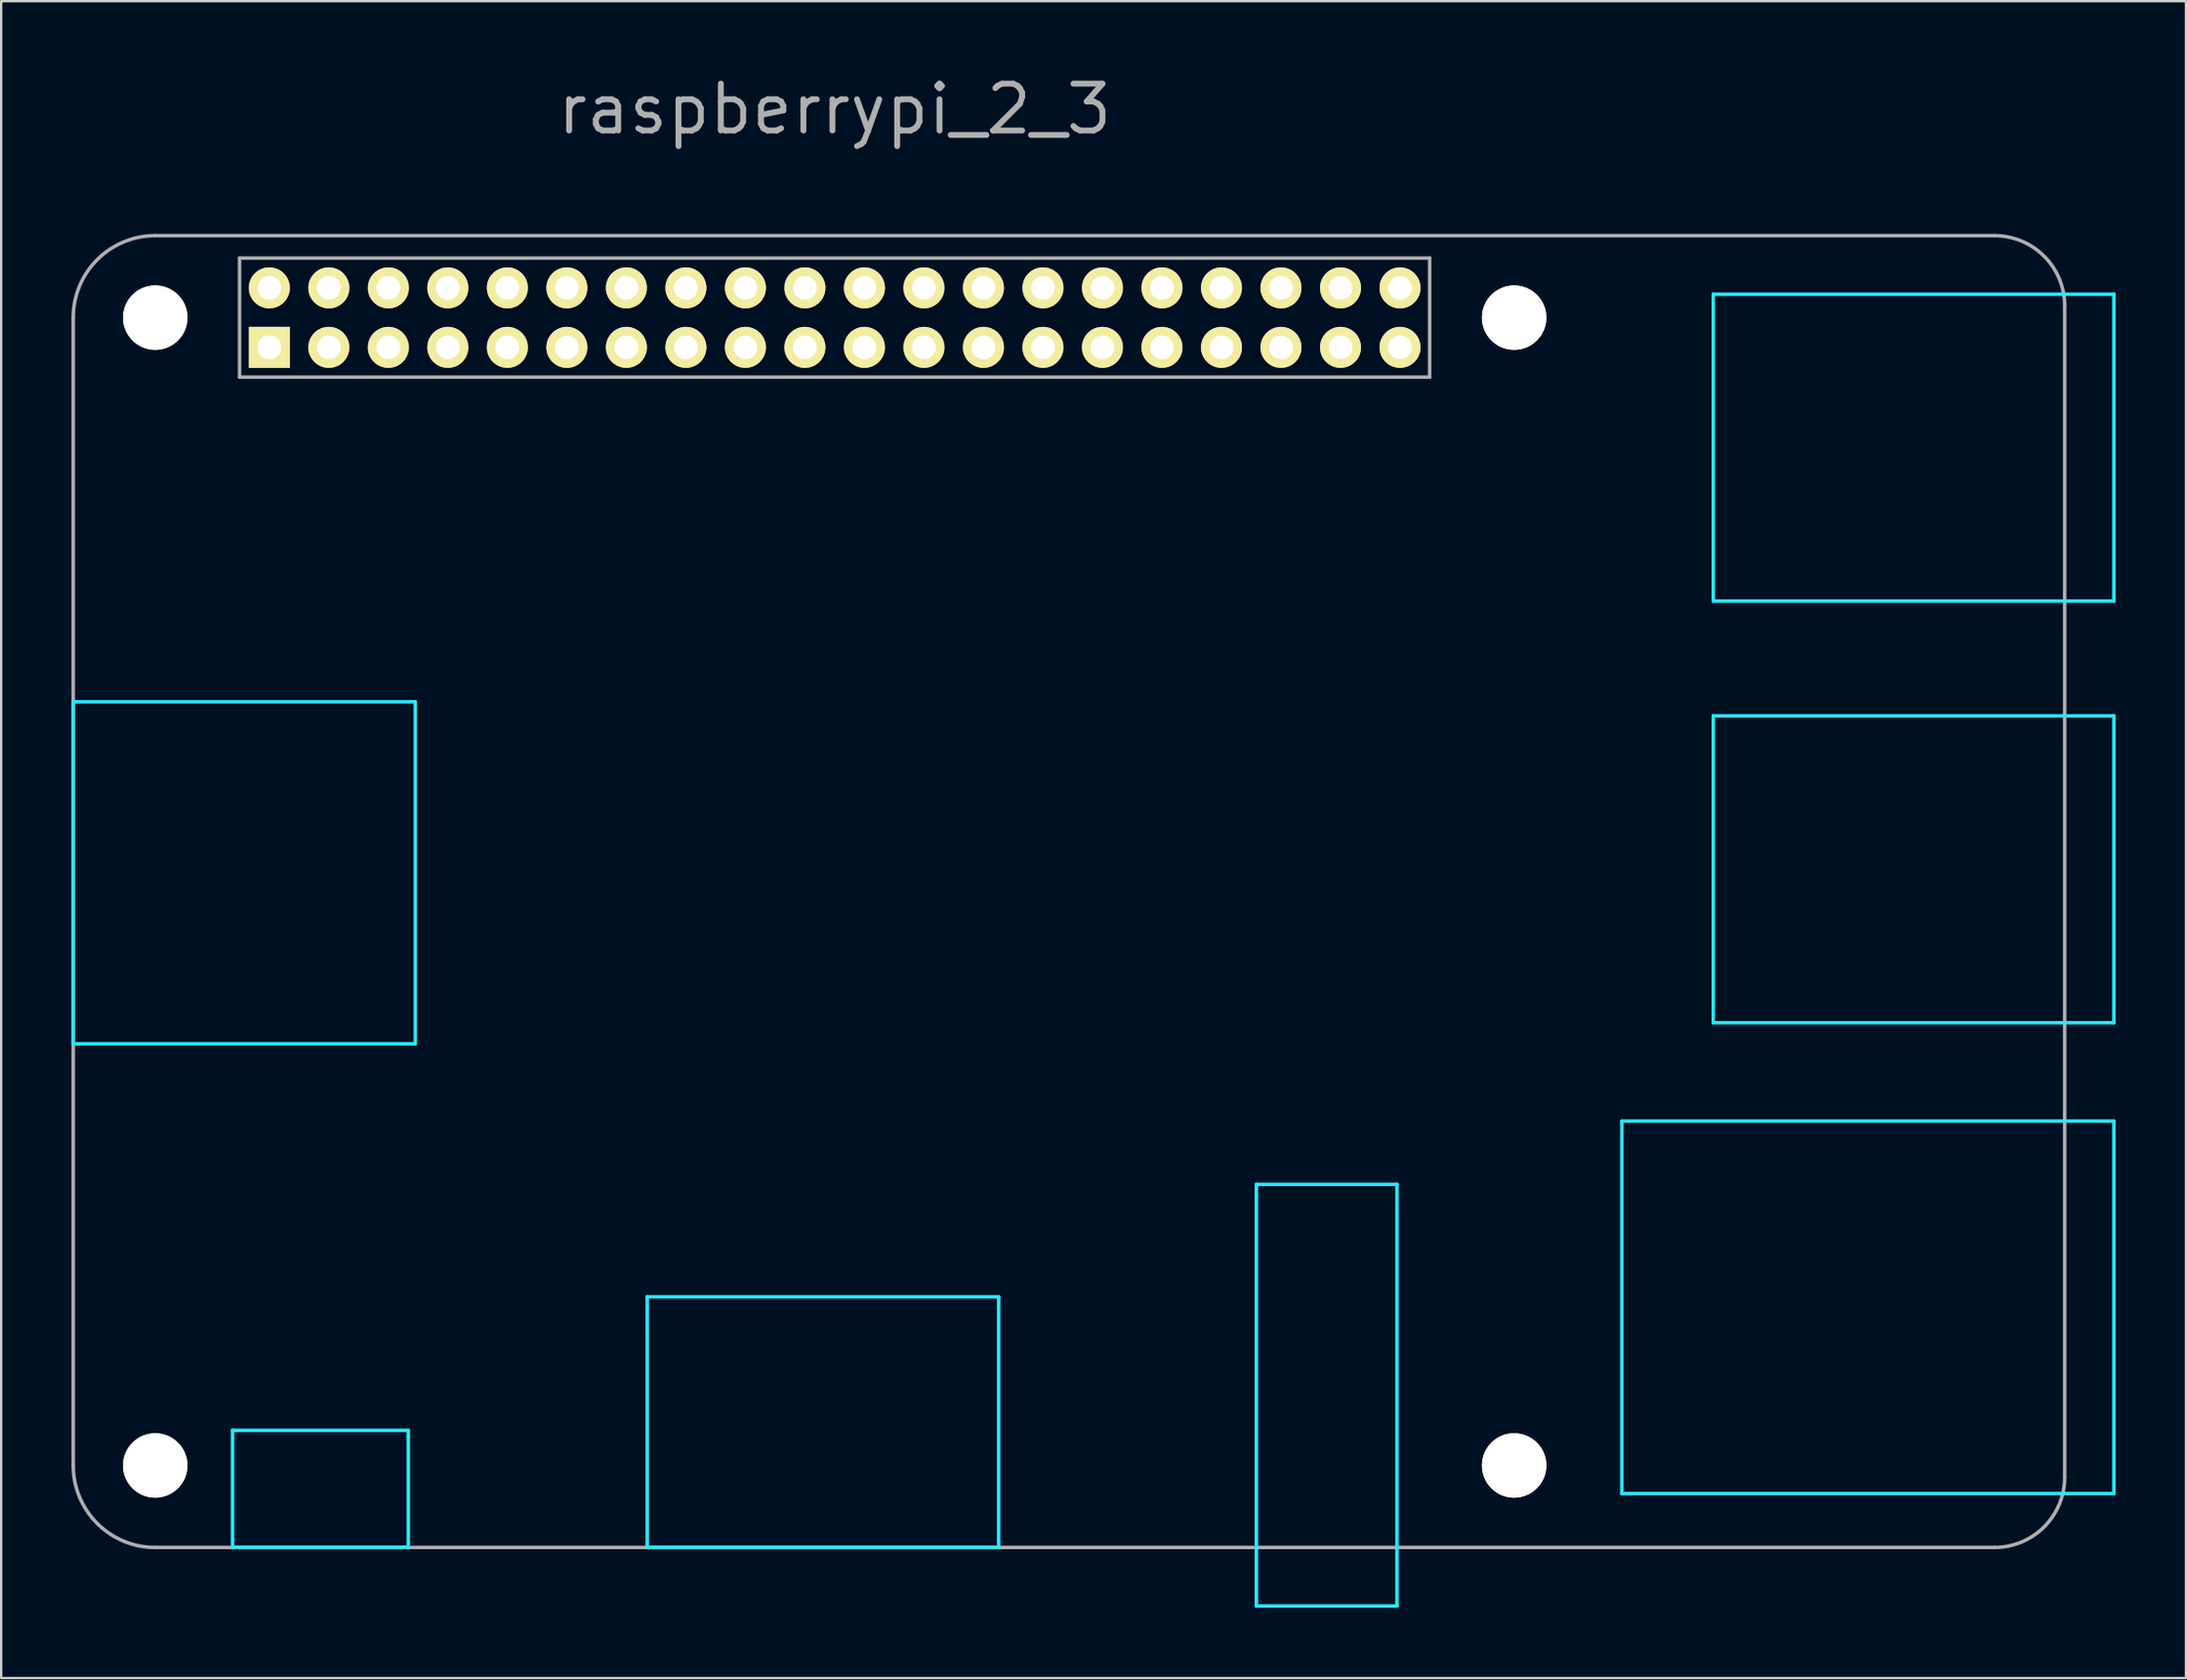
<source format=kicad_pcb>
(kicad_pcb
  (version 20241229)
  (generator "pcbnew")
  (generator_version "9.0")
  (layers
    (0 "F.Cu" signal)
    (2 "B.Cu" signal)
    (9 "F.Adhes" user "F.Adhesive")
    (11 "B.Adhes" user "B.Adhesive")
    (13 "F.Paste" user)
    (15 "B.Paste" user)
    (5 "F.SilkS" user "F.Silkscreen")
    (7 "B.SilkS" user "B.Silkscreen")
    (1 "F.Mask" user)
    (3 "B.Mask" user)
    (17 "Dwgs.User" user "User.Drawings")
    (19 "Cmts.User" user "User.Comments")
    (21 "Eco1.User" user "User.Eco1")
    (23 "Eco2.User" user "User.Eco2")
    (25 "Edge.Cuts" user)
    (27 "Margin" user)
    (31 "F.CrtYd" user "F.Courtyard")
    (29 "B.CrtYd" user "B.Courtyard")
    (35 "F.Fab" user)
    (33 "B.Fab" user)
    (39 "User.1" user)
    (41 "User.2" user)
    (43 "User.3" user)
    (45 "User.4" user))
  (footprint "raspberrypi_2_3"
    (layer "F.Cu")
    (at 32.575 10.509)
    (property "Reference" "raspberrypi_2_3" (at 0 -8.9 0) (layer "F.Fab") (effects (font (size 2 2) (thickness 0.25))))
    (attr through_hole)
    (fp_line (start -32.5 16.4) (end -32.5 31) (stroke (width 0.15) (type solid)) (layer "B.CrtYd"))
    (fp_line (start -25.7 52.5) (end -25.7 47.5) (stroke (width 0.15) (type solid)) (layer "B.CrtYd"))
    (fp_line (start -18.2 47.5) (end -25.7 47.5) (stroke (width 0.15) (type solid)) (layer "B.CrtYd"))
    (fp_line (start -18.2 52.5) (end -25.7 52.5) (stroke (width 0.15) (type solid)) (layer "B.CrtYd"))
    (fp_line (start -18.2 52.5) (end -18.2 47.5) (stroke (width 0.15) (type solid)) (layer "B.CrtYd"))
    (fp_line (start -17.9 16.4) (end -32.5 16.4) (stroke (width 0.15) (type solid)) (layer "B.CrtYd"))
    (fp_line (start -17.9 16.4) (end -17.9 31) (stroke (width 0.15) (type solid)) (layer "B.CrtYd"))
    (fp_line (start -17.9 31) (end -32.5 31) (stroke (width 0.15) (type solid)) (layer "B.CrtYd"))
    (fp_line (start -8 41.8) (end -8 52.5) (stroke (width 0.15) (type solid)) (layer "B.CrtYd"))
    (fp_line (start -8 41.8) (end 7 41.8) (stroke (width 0.15) (type solid)) (layer "B.CrtYd"))
    (fp_line (start 7 52.5) (end -8 52.5) (stroke (width 0.15) (type solid)) (layer "B.CrtYd"))
    (fp_line (start 7 52.5) (end 7 41.8) (stroke (width 0.15) (type solid)) (layer "B.CrtYd"))
    (fp_line (start 18 37) (end 18 55) (stroke (width 0.15) (type solid)) (layer "B.CrtYd"))
    (fp_line (start 18 55) (end 24 55) (stroke (width 0.15) (type solid)) (layer "B.CrtYd"))
    (fp_line (start 24 37) (end 18 37) (stroke (width 0.15) (type solid)) (layer "B.CrtYd"))
    (fp_line (start 24 55) (end 24 37) (stroke (width 0.15) (type solid)) (layer "B.CrtYd"))
    (fp_line (start 33.6 34.3) (end 54.6 34.3) (stroke (width 0.15) (type solid)) (layer "B.CrtYd"))
    (fp_line (start 33.6 50.2) (end 33.6 34.3) (stroke (width 0.15) (type solid)) (layer "B.CrtYd"))
    (fp_line (start 37.5 -1) (end 37.5 12.1) (stroke (width 0.15) (type solid)) (layer "B.CrtYd"))
    (fp_line (start 37.5 -1) (end 54.6 -1) (stroke (width 0.15) (type solid)) (layer "B.CrtYd"))
    (fp_line (start 37.5 17) (end 54.6 17) (stroke (width 0.15) (type solid)) (layer "B.CrtYd"))
    (fp_line (start 37.5 30.1) (end 37.5 17) (stroke (width 0.15) (type solid)) (layer "B.CrtYd"))
    (fp_line (start 54.6 12.1) (end 37.5 12.1) (stroke (width 0.15) (type solid)) (layer "B.CrtYd"))
    (fp_line (start 54.6 12.1) (end 54.6 -1) (stroke (width 0.15) (type solid)) (layer "B.CrtYd"))
    (fp_line (start 54.6 30.1) (end 37.5 30.1) (stroke (width 0.15) (type solid)) (layer "B.CrtYd"))
    (fp_line (start 54.6 30.1) (end 54.6 17) (stroke (width 0.15) (type solid)) (layer "B.CrtYd"))
    (fp_line (start 54.6 50.2) (end 33.6 50.2) (stroke (width 0.15) (type solid)) (layer "B.CrtYd"))
    (fp_line (start 54.6 50.2) (end 54.6 34.3) (stroke (width 0.15) (type solid)) (layer "B.CrtYd"))
    (fp_line (start -32.5 49) (end -32.5 0) (stroke (width 0.15) (type solid)) (layer "F.Fab"))
    (fp_line (start -29 52.5) (end 49.5 52.5) (stroke (width 0.15) (type solid)) (layer "F.Fab"))
    (fp_line (start -25.4 -2.54) (end -25.4 2.54) (stroke (width 0.15) (type solid)) (layer "F.Fab"))
    (fp_line (start -25.4 -2.54) (end 25.4 -2.54) (stroke (width 0.15) (type solid)) (layer "F.Fab"))
    (fp_line (start 25.395 2.54) (end 25.395 -2.54) (stroke (width 0.15) (type solid)) (layer "F.Fab"))
    (fp_line (start 25.4 2.54) (end -25.4 2.54) (stroke (width 0.15) (type solid)) (layer "F.Fab"))
    (fp_line (start 49.5 -3.5) (end -29 -3.5) (stroke (width 0.15) (type solid)) (layer "F.Fab"))
    (fp_line (start 52.5 49.5) (end 52.5 -0.5) (stroke (width 0.15) (type solid)) (layer "F.Fab"))
    (fp_arc (start -32.5 0) (mid -31.474874 -2.474874) (end -29 -3.5) (stroke (width 0.15) (type solid)) (layer "F.Fab"))
    (fp_arc (start -29 52.5) (mid -31.474874 51.474874) (end -32.5 49) (stroke (width 0.15) (type solid)) (layer "F.Fab"))
    (fp_arc (start 49.5 -3.5) (mid 51.62132 -2.62132) (end 52.5 -0.5) (stroke (width 0.15) (type solid)) (layer "F.Fab"))
    (fp_arc (start 52.5 49.5) (mid 51.62132 51.62132) (end 49.5 52.5) (stroke (width 0.15) (type solid)) (layer "F.Fab"))
    (pad "" np_thru_hole circle (at -29 0) (size 2.75 2.75) (drill 2.75) (layers "*.Cu" "*.Mask" "F.SilkS"))
    (pad "" np_thru_hole circle (at -29 49) (size 2.75 2.75) (drill 2.75) (layers "*.Cu" "*.Mask" "F.SilkS"))
    (pad "" np_thru_hole circle (at 29 0) (size 2.75 2.75) (drill 2.75) (layers "*.Cu" "*.Mask" "F.SilkS"))
    (pad "" np_thru_hole circle (at 29 49) (size 2.75 2.75) (drill 2.75) (layers "*.Cu" "*.Mask" "F.SilkS"))
    (pad "1" thru_hole rect (at -24.13 1.27) (size 1.75 1.75) (drill 1.016) (layers "*.Cu" "*.Mask" "F.SilkS"))
    (pad "2" thru_hole circle (at -24.13 -1.27) (size 1.75 1.75) (drill 1.016) (layers "*.Cu" "*.Mask" "F.SilkS"))
    (pad "3" thru_hole circle (at -21.59 1.27) (size 1.75 1.75) (drill 1.016) (layers "*.Cu" "*.Mask" "F.SilkS"))
    (pad "4" thru_hole circle (at -21.59 -1.27) (size 1.75 1.75) (drill 1.016) (layers "*.Cu" "*.Mask" "F.SilkS"))
    (pad "5" thru_hole circle (at -19.05 1.27) (size 1.75 1.75) (drill 1.016) (layers "*.Cu" "*.Mask" "F.SilkS"))
    (pad "6" thru_hole circle (at -19.05 -1.27) (size 1.75 1.75) (drill 1.016) (layers "*.Cu" "*.Mask" "F.SilkS"))
    (pad "7" thru_hole circle (at -16.51 1.27) (size 1.75 1.75) (drill 1.016) (layers "*.Cu" "*.Mask" "F.SilkS"))
    (pad "8" thru_hole circle (at -16.51 -1.27) (size 1.75 1.75) (drill 1.016) (layers "*.Cu" "*.Mask" "F.SilkS"))
    (pad "9" thru_hole circle (at -13.97 1.27) (size 1.75 1.75) (drill 1.016) (layers "*.Cu" "*.Mask" "F.SilkS"))
    (pad "10" thru_hole circle (at -13.97 -1.27) (size 1.75 1.75) (drill 1.016) (layers "*.Cu" "*.Mask" "F.SilkS"))
    (pad "11" thru_hole circle (at -11.43 1.27) (size 1.75 1.75) (drill 1.016) (layers "*.Cu" "*.Mask" "F.SilkS"))
    (pad "12" thru_hole circle (at -11.43 -1.27) (size 1.75 1.75) (drill 1.016) (layers "*.Cu" "*.Mask" "F.SilkS"))
    (pad "13" thru_hole circle (at -8.89 1.27) (size 1.75 1.75) (drill 1.016) (layers "*.Cu" "*.Mask" "F.SilkS"))
    (pad "14" thru_hole circle (at -8.89 -1.27) (size 1.75 1.75) (drill 1.016) (layers "*.Cu" "*.Mask" "F.SilkS"))
    (pad "15" thru_hole circle (at -6.35 1.27) (size 1.75 1.75) (drill 1.016) (layers "*.Cu" "*.Mask" "F.SilkS"))
    (pad "16" thru_hole circle (at -6.35 -1.27) (size 1.75 1.75) (drill 1.016) (layers "*.Cu" "*.Mask" "F.SilkS"))
    (pad "17" thru_hole circle (at -3.81 1.27) (size 1.75 1.75) (drill 1.016) (layers "*.Cu" "*.Mask" "F.SilkS"))
    (pad "18" thru_hole circle (at -3.81 -1.27) (size 1.75 1.75) (drill 1.016) (layers "*.Cu" "*.Mask" "F.SilkS"))
    (pad "19" thru_hole circle (at -1.27 1.27) (size 1.75 1.75) (drill 1.016) (layers "*.Cu" "*.Mask" "F.SilkS"))
    (pad "20" thru_hole circle (at -1.27 -1.27) (size 1.75 1.75) (drill 1.016) (layers "*.Cu" "*.Mask" "F.SilkS"))
    (pad "21" thru_hole circle (at 1.27 1.27) (size 1.75 1.75) (drill 1.016) (layers "*.Cu" "*.Mask" "F.SilkS"))
    (pad "22" thru_hole circle (at 1.27 -1.27) (size 1.75 1.75) (drill 1.016) (layers "*.Cu" "*.Mask" "F.SilkS"))
    (pad "23" thru_hole circle (at 3.81 1.27) (size 1.75 1.75) (drill 1.016) (layers "*.Cu" "*.Mask" "F.SilkS"))
    (pad "24" thru_hole circle (at 3.81 -1.27) (size 1.75 1.75) (drill 1.016) (layers "*.Cu" "*.Mask" "F.SilkS"))
    (pad "25" thru_hole circle (at 6.35 1.27) (size 1.75 1.75) (drill 1.016) (layers "*.Cu" "*.Mask" "F.SilkS"))
    (pad "26" thru_hole circle (at 6.35 -1.27) (size 1.75 1.75) (drill 1.016) (layers "*.Cu" "*.Mask" "F.SilkS"))
    (pad "27" thru_hole circle (at 8.89 1.27) (size 1.75 1.75) (drill 1.016) (layers "*.Cu" "*.Mask" "F.SilkS"))
    (pad "28" thru_hole circle (at 8.89 -1.27) (size 1.75 1.75) (drill 1.016) (layers "*.Cu" "*.Mask" "F.SilkS"))
    (pad "29" thru_hole circle (at 11.43 1.27) (size 1.75 1.75) (drill 1.016) (layers "*.Cu" "*.Mask" "F.SilkS"))
    (pad "30" thru_hole circle (at 11.43 -1.27) (size 1.75 1.75) (drill 1.016) (layers "*.Cu" "*.Mask" "F.SilkS"))
    (pad "31" thru_hole circle (at 13.97 1.27) (size 1.75 1.75) (drill 1.016) (layers "*.Cu" "*.Mask" "F.SilkS"))
    (pad "32" thru_hole circle (at 13.97 -1.27) (size 1.75 1.75) (drill 1.016) (layers "*.Cu" "*.Mask" "F.SilkS"))
    (pad "33" thru_hole circle (at 16.51 1.27) (size 1.75 1.75) (drill 1.016) (layers "*.Cu" "*.Mask" "F.SilkS"))
    (pad "34" thru_hole circle (at 16.51 -1.27) (size 1.75 1.75) (drill 1.016) (layers "*.Cu" "*.Mask" "F.SilkS"))
    (pad "35" thru_hole circle (at 19.05 1.27) (size 1.75 1.75) (drill 1.016) (layers "*.Cu" "*.Mask" "F.SilkS"))
    (pad "36" thru_hole circle (at 19.05 -1.27) (size 1.75 1.75) (drill 1.016) (layers "*.Cu" "*.Mask" "F.SilkS"))
    (pad "37" thru_hole circle (at 21.59 1.27) (size 1.75 1.75) (drill 1.016) (layers "*.Cu" "*.Mask" "F.SilkS"))
    (pad "38" thru_hole circle (at 21.59 -1.27) (size 1.75 1.75) (drill 1.016) (layers "*.Cu" "*.Mask" "F.SilkS"))
    (pad "39" thru_hole circle (at 24.13 1.27) (size 1.75 1.75) (drill 1.016) (layers "*.Cu" "*.Mask" "F.SilkS"))
    (pad "40" thru_hole circle (at 24.13 -1.27) (size 1.75 1.75) (drill 1.016) (layers "*.Cu" "*.Mask" "F.SilkS")))
  (gr_rect
    (start -3 -3)
    (end 90.25 68.584)
    (stroke (width 0.1) (type default))
    (fill no)
    (layer "Edge.Cuts")))
</source>
